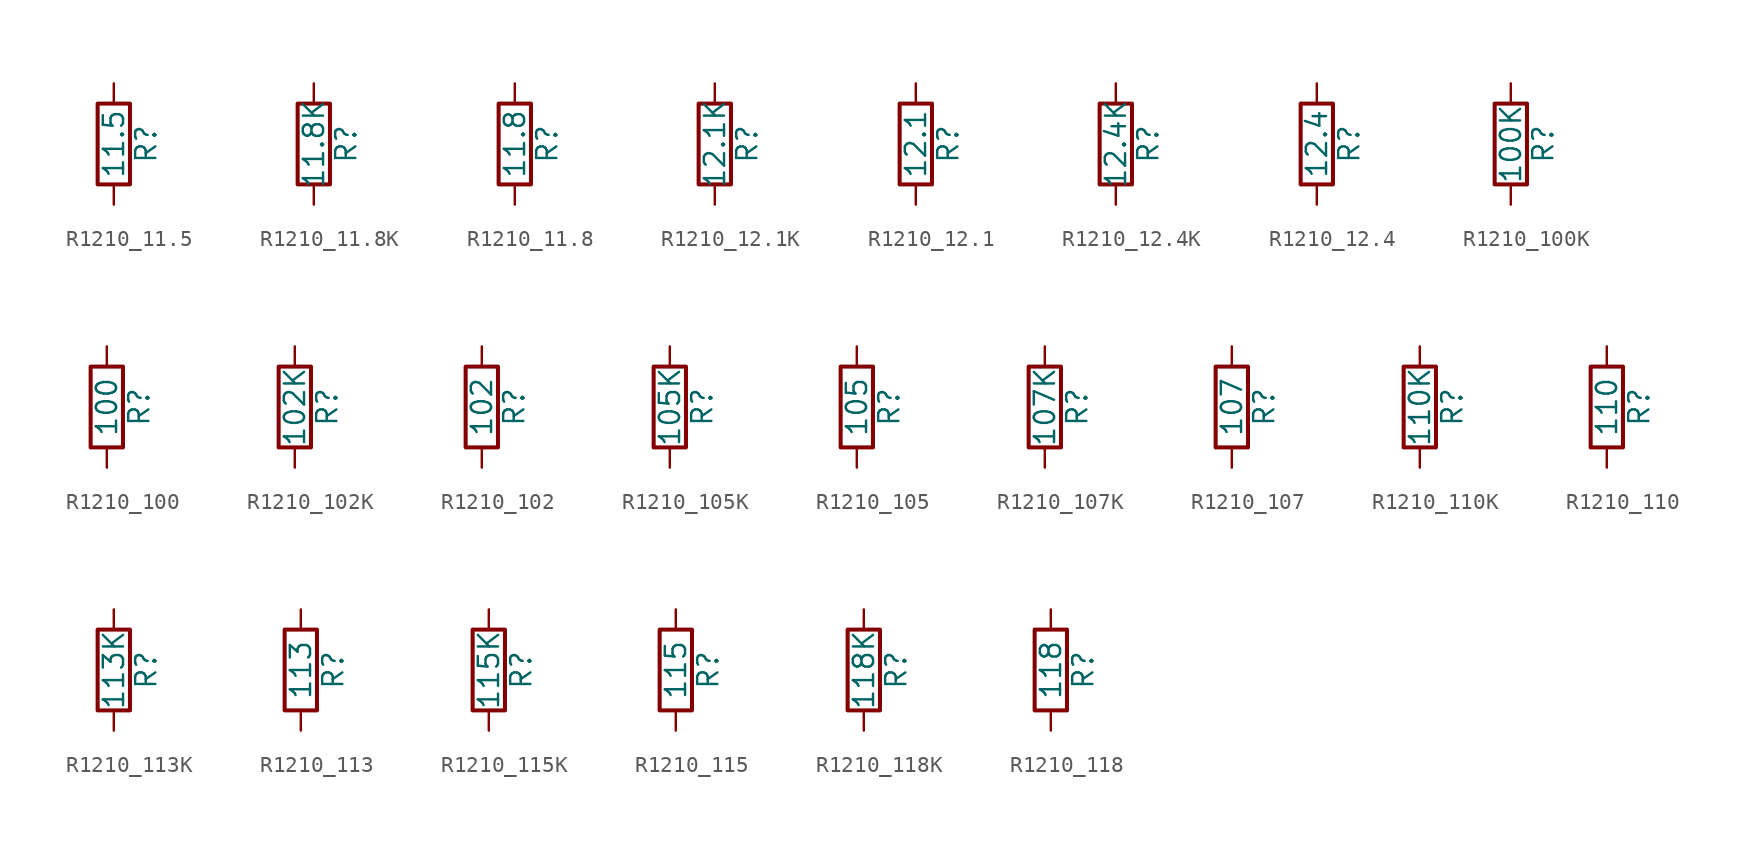
<source format=kicad_sym>
(kicad_symbol_lib
  (version 20211014)
  (generator atlantix-eda)
  (symbol "R1210_11.5"
    (pin_numbers hide)
    (pin_names
      (offset 0))
    (property "Reference" "R"
      (at 2.032 0 90)
      (effects (font (size 1.27 1.27))))
    (property "Value" "11.5"
      (at 0 0 90)
      (effects (font (size 1.27 1.27))))
    (symbol "R1210_11.5_0_1"
      (rectangle (start -1.016 -2.54) (end 1.016 2.54) (stroke (width 0.254) (type default) (color 0 0 0 0)) (fill (type none))))
    (symbol "R1210_11.5_1_1"
      (pin passive line (at 0 3.81 270) (length 1.27) (name "~" (effects (font (size 1.27 1.27)))) (number "1" (effects (font (size 1.27 1.27)))))
      (pin passive line (at 0 -3.81 90) (length 1.27) (name "~" (effects (font (size 1.27 1.27)))) (number "2" (effects (font (size 1.27 1.27)))))))
  (symbol "R1210_11.8K"
    (pin_numbers hide)
    (pin_names
      (offset 0))
    (property "Reference" "R"
      (at 2.032 0 90)
      (effects (font (size 1.27 1.27))))
    (property "Value" "11.8K"
      (at 0 0 90)
      (effects (font (size 1.27 1.27))))
    (symbol "R1210_11.8K_0_1"
      (rectangle (start -1.016 -2.54) (end 1.016 2.54) (stroke (width 0.254) (type default) (color 0 0 0 0)) (fill (type none))))
    (symbol "R1210_11.8K_1_1"
      (pin passive line (at 0 3.81 270) (length 1.27) (name "~" (effects (font (size 1.27 1.27)))) (number "1" (effects (font (size 1.27 1.27)))))
      (pin passive line (at 0 -3.81 90) (length 1.27) (name "~" (effects (font (size 1.27 1.27)))) (number "2" (effects (font (size 1.27 1.27)))))))
  (symbol "R1210_11.8"
    (pin_numbers hide)
    (pin_names
      (offset 0))
    (property "Reference" "R"
      (at 2.032 0 90)
      (effects (font (size 1.27 1.27))))
    (property "Value" "11.8"
      (at 0 0 90)
      (effects (font (size 1.27 1.27))))
    (symbol "R1210_11.8_0_1"
      (rectangle (start -1.016 -2.54) (end 1.016 2.54) (stroke (width 0.254) (type default) (color 0 0 0 0)) (fill (type none))))
    (symbol "R1210_11.8_1_1"
      (pin passive line (at 0 3.81 270) (length 1.27) (name "~" (effects (font (size 1.27 1.27)))) (number "1" (effects (font (size 1.27 1.27)))))
      (pin passive line (at 0 -3.81 90) (length 1.27) (name "~" (effects (font (size 1.27 1.27)))) (number "2" (effects (font (size 1.27 1.27)))))))
  (symbol "R1210_12.1K"
    (pin_numbers hide)
    (pin_names
      (offset 0))
    (property "Reference" "R"
      (at 2.032 0 90)
      (effects (font (size 1.27 1.27))))
    (property "Value" "12.1K"
      (at 0 0 90)
      (effects (font (size 1.27 1.27))))
    (symbol "R1210_12.1K_0_1"
      (rectangle (start -1.016 -2.54) (end 1.016 2.54) (stroke (width 0.254) (type default) (color 0 0 0 0)) (fill (type none))))
    (symbol "R1210_12.1K_1_1"
      (pin passive line (at 0 3.81 270) (length 1.27) (name "~" (effects (font (size 1.27 1.27)))) (number "1" (effects (font (size 1.27 1.27)))))
      (pin passive line (at 0 -3.81 90) (length 1.27) (name "~" (effects (font (size 1.27 1.27)))) (number "2" (effects (font (size 1.27 1.27)))))))
  (symbol "R1210_12.1"
    (pin_numbers hide)
    (pin_names
      (offset 0))
    (property "Reference" "R"
      (at 2.032 0 90)
      (effects (font (size 1.27 1.27))))
    (property "Value" "12.1"
      (at 0 0 90)
      (effects (font (size 1.27 1.27))))
    (symbol "R1210_12.1_0_1"
      (rectangle (start -1.016 -2.54) (end 1.016 2.54) (stroke (width 0.254) (type default) (color 0 0 0 0)) (fill (type none))))
    (symbol "R1210_12.1_1_1"
      (pin passive line (at 0 3.81 270) (length 1.27) (name "~" (effects (font (size 1.27 1.27)))) (number "1" (effects (font (size 1.27 1.27)))))
      (pin passive line (at 0 -3.81 90) (length 1.27) (name "~" (effects (font (size 1.27 1.27)))) (number "2" (effects (font (size 1.27 1.27)))))))
  (symbol "R1210_12.4K"
    (pin_numbers hide)
    (pin_names
      (offset 0))
    (property "Reference" "R"
      (at 2.032 0 90)
      (effects (font (size 1.27 1.27))))
    (property "Value" "12.4K"
      (at 0 0 90)
      (effects (font (size 1.27 1.27))))
    (symbol "R1210_12.4K_0_1"
      (rectangle (start -1.016 -2.54) (end 1.016 2.54) (stroke (width 0.254) (type default) (color 0 0 0 0)) (fill (type none))))
    (symbol "R1210_12.4K_1_1"
      (pin passive line (at 0 3.81 270) (length 1.27) (name "~" (effects (font (size 1.27 1.27)))) (number "1" (effects (font (size 1.27 1.27)))))
      (pin passive line (at 0 -3.81 90) (length 1.27) (name "~" (effects (font (size 1.27 1.27)))) (number "2" (effects (font (size 1.27 1.27)))))))
  (symbol "R1210_12.4"
    (pin_numbers hide)
    (pin_names
      (offset 0))
    (property "Reference" "R"
      (at 2.032 0 90)
      (effects (font (size 1.27 1.27))))
    (property "Value" "12.4"
      (at 0 0 90)
      (effects (font (size 1.27 1.27))))
    (symbol "R1210_12.4_0_1"
      (rectangle (start -1.016 -2.54) (end 1.016 2.54) (stroke (width 0.254) (type default) (color 0 0 0 0)) (fill (type none))))
    (symbol "R1210_12.4_1_1"
      (pin passive line (at 0 3.81 270) (length 1.27) (name "~" (effects (font (size 1.27 1.27)))) (number "1" (effects (font (size 1.27 1.27)))))
      (pin passive line (at 0 -3.81 90) (length 1.27) (name "~" (effects (font (size 1.27 1.27)))) (number "2" (effects (font (size 1.27 1.27)))))))
  (symbol "R1210_100K"
    (pin_numbers hide)
    (pin_names
      (offset 0))
    (property "Reference" "R"
      (at 2.032 0 90)
      (effects (font (size 1.27 1.27))))
    (property "Value" "100K"
      (at 0 0 90)
      (effects (font (size 1.27 1.27))))
    (symbol "R1210_100K_0_1"
      (rectangle (start -1.016 -2.54) (end 1.016 2.54) (stroke (width 0.254) (type default) (color 0 0 0 0)) (fill (type none))))
    (symbol "R1210_100K_1_1"
      (pin passive line (at 0 3.81 270) (length 1.27) (name "~" (effects (font (size 1.27 1.27)))) (number "1" (effects (font (size 1.27 1.27)))))
      (pin passive line (at 0 -3.81 90) (length 1.27) (name "~" (effects (font (size 1.27 1.27)))) (number "2" (effects (font (size 1.27 1.27)))))))
  (symbol "R1210_100"
    (pin_numbers hide)
    (pin_names
      (offset 0))
    (property "Reference" "R"
      (at 2.032 0 90)
      (effects (font (size 1.27 1.27))))
    (property "Value" "100"
      (at 0 0 90)
      (effects (font (size 1.27 1.27))))
    (symbol "R1210_100_0_1"
      (rectangle (start -1.016 -2.54) (end 1.016 2.54) (stroke (width 0.254) (type default) (color 0 0 0 0)) (fill (type none))))
    (symbol "R1210_100_1_1"
      (pin passive line (at 0 3.81 270) (length 1.27) (name "~" (effects (font (size 1.27 1.27)))) (number "1" (effects (font (size 1.27 1.27)))))
      (pin passive line (at 0 -3.81 90) (length 1.27) (name "~" (effects (font (size 1.27 1.27)))) (number "2" (effects (font (size 1.27 1.27)))))))
  (symbol "R1210_102K"
    (pin_numbers hide)
    (pin_names
      (offset 0))
    (property "Reference" "R"
      (at 2.032 0 90)
      (effects (font (size 1.27 1.27))))
    (property "Value" "102K"
      (at 0 0 90)
      (effects (font (size 1.27 1.27))))
    (symbol "R1210_102K_0_1"
      (rectangle (start -1.016 -2.54) (end 1.016 2.54) (stroke (width 0.254) (type default) (color 0 0 0 0)) (fill (type none))))
    (symbol "R1210_102K_1_1"
      (pin passive line (at 0 3.81 270) (length 1.27) (name "~" (effects (font (size 1.27 1.27)))) (number "1" (effects (font (size 1.27 1.27)))))
      (pin passive line (at 0 -3.81 90) (length 1.27) (name "~" (effects (font (size 1.27 1.27)))) (number "2" (effects (font (size 1.27 1.27)))))))
  (symbol "R1210_102"
    (pin_numbers hide)
    (pin_names
      (offset 0))
    (property "Reference" "R"
      (at 2.032 0 90)
      (effects (font (size 1.27 1.27))))
    (property "Value" "102"
      (at 0 0 90)
      (effects (font (size 1.27 1.27))))
    (symbol "R1210_102_0_1"
      (rectangle (start -1.016 -2.54) (end 1.016 2.54) (stroke (width 0.254) (type default) (color 0 0 0 0)) (fill (type none))))
    (symbol "R1210_102_1_1"
      (pin passive line (at 0 3.81 270) (length 1.27) (name "~" (effects (font (size 1.27 1.27)))) (number "1" (effects (font (size 1.27 1.27)))))
      (pin passive line (at 0 -3.81 90) (length 1.27) (name "~" (effects (font (size 1.27 1.27)))) (number "2" (effects (font (size 1.27 1.27)))))))
  (symbol "R1210_105K"
    (pin_numbers hide)
    (pin_names
      (offset 0))
    (property "Reference" "R"
      (at 2.032 0 90)
      (effects (font (size 1.27 1.27))))
    (property "Value" "105K"
      (at 0 0 90)
      (effects (font (size 1.27 1.27))))
    (symbol "R1210_105K_0_1"
      (rectangle (start -1.016 -2.54) (end 1.016 2.54) (stroke (width 0.254) (type default) (color 0 0 0 0)) (fill (type none))))
    (symbol "R1210_105K_1_1"
      (pin passive line (at 0 3.81 270) (length 1.27) (name "~" (effects (font (size 1.27 1.27)))) (number "1" (effects (font (size 1.27 1.27)))))
      (pin passive line (at 0 -3.81 90) (length 1.27) (name "~" (effects (font (size 1.27 1.27)))) (number "2" (effects (font (size 1.27 1.27)))))))
  (symbol "R1210_105"
    (pin_numbers hide)
    (pin_names
      (offset 0))
    (property "Reference" "R"
      (at 2.032 0 90)
      (effects (font (size 1.27 1.27))))
    (property "Value" "105"
      (at 0 0 90)
      (effects (font (size 1.27 1.27))))
    (symbol "R1210_105_0_1"
      (rectangle (start -1.016 -2.54) (end 1.016 2.54) (stroke (width 0.254) (type default) (color 0 0 0 0)) (fill (type none))))
    (symbol "R1210_105_1_1"
      (pin passive line (at 0 3.81 270) (length 1.27) (name "~" (effects (font (size 1.27 1.27)))) (number "1" (effects (font (size 1.27 1.27)))))
      (pin passive line (at 0 -3.81 90) (length 1.27) (name "~" (effects (font (size 1.27 1.27)))) (number "2" (effects (font (size 1.27 1.27)))))))
  (symbol "R1210_107K"
    (pin_numbers hide)
    (pin_names
      (offset 0))
    (property "Reference" "R"
      (at 2.032 0 90)
      (effects (font (size 1.27 1.27))))
    (property "Value" "107K"
      (at 0 0 90)
      (effects (font (size 1.27 1.27))))
    (symbol "R1210_107K_0_1"
      (rectangle (start -1.016 -2.54) (end 1.016 2.54) (stroke (width 0.254) (type default) (color 0 0 0 0)) (fill (type none))))
    (symbol "R1210_107K_1_1"
      (pin passive line (at 0 3.81 270) (length 1.27) (name "~" (effects (font (size 1.27 1.27)))) (number "1" (effects (font (size 1.27 1.27)))))
      (pin passive line (at 0 -3.81 90) (length 1.27) (name "~" (effects (font (size 1.27 1.27)))) (number "2" (effects (font (size 1.27 1.27)))))))
  (symbol "R1210_107"
    (pin_numbers hide)
    (pin_names
      (offset 0))
    (property "Reference" "R"
      (at 2.032 0 90)
      (effects (font (size 1.27 1.27))))
    (property "Value" "107"
      (at 0 0 90)
      (effects (font (size 1.27 1.27))))
    (symbol "R1210_107_0_1"
      (rectangle (start -1.016 -2.54) (end 1.016 2.54) (stroke (width 0.254) (type default) (color 0 0 0 0)) (fill (type none))))
    (symbol "R1210_107_1_1"
      (pin passive line (at 0 3.81 270) (length 1.27) (name "~" (effects (font (size 1.27 1.27)))) (number "1" (effects (font (size 1.27 1.27)))))
      (pin passive line (at 0 -3.81 90) (length 1.27) (name "~" (effects (font (size 1.27 1.27)))) (number "2" (effects (font (size 1.27 1.27)))))))
  (symbol "R1210_110K"
    (pin_numbers hide)
    (pin_names
      (offset 0))
    (property "Reference" "R"
      (at 2.032 0 90)
      (effects (font (size 1.27 1.27))))
    (property "Value" "110K"
      (at 0 0 90)
      (effects (font (size 1.27 1.27))))
    (symbol "R1210_110K_0_1"
      (rectangle (start -1.016 -2.54) (end 1.016 2.54) (stroke (width 0.254) (type default) (color 0 0 0 0)) (fill (type none))))
    (symbol "R1210_110K_1_1"
      (pin passive line (at 0 3.81 270) (length 1.27) (name "~" (effects (font (size 1.27 1.27)))) (number "1" (effects (font (size 1.27 1.27)))))
      (pin passive line (at 0 -3.81 90) (length 1.27) (name "~" (effects (font (size 1.27 1.27)))) (number "2" (effects (font (size 1.27 1.27)))))))
  (symbol "R1210_110"
    (pin_numbers hide)
    (pin_names
      (offset 0))
    (property "Reference" "R"
      (at 2.032 0 90)
      (effects (font (size 1.27 1.27))))
    (property "Value" "110"
      (at 0 0 90)
      (effects (font (size 1.27 1.27))))
    (symbol "R1210_110_0_1"
      (rectangle (start -1.016 -2.54) (end 1.016 2.54) (stroke (width 0.254) (type default) (color 0 0 0 0)) (fill (type none))))
    (symbol "R1210_110_1_1"
      (pin passive line (at 0 3.81 270) (length 1.27) (name "~" (effects (font (size 1.27 1.27)))) (number "1" (effects (font (size 1.27 1.27)))))
      (pin passive line (at 0 -3.81 90) (length 1.27) (name "~" (effects (font (size 1.27 1.27)))) (number "2" (effects (font (size 1.27 1.27)))))))
  (symbol "R1210_113K"
    (pin_numbers hide)
    (pin_names
      (offset 0))
    (property "Reference" "R"
      (at 2.032 0 90)
      (effects (font (size 1.27 1.27))))
    (property "Value" "113K"
      (at 0 0 90)
      (effects (font (size 1.27 1.27))))
    (symbol "R1210_113K_0_1"
      (rectangle (start -1.016 -2.54) (end 1.016 2.54) (stroke (width 0.254) (type default) (color 0 0 0 0)) (fill (type none))))
    (symbol "R1210_113K_1_1"
      (pin passive line (at 0 3.81 270) (length 1.27) (name "~" (effects (font (size 1.27 1.27)))) (number "1" (effects (font (size 1.27 1.27)))))
      (pin passive line (at 0 -3.81 90) (length 1.27) (name "~" (effects (font (size 1.27 1.27)))) (number "2" (effects (font (size 1.27 1.27)))))))
  (symbol "R1210_113"
    (pin_numbers hide)
    (pin_names
      (offset 0))
    (property "Reference" "R"
      (at 2.032 0 90)
      (effects (font (size 1.27 1.27))))
    (property "Value" "113"
      (at 0 0 90)
      (effects (font (size 1.27 1.27))))
    (symbol "R1210_113_0_1"
      (rectangle (start -1.016 -2.54) (end 1.016 2.54) (stroke (width 0.254) (type default) (color 0 0 0 0)) (fill (type none))))
    (symbol "R1210_113_1_1"
      (pin passive line (at 0 3.81 270) (length 1.27) (name "~" (effects (font (size 1.27 1.27)))) (number "1" (effects (font (size 1.27 1.27)))))
      (pin passive line (at 0 -3.81 90) (length 1.27) (name "~" (effects (font (size 1.27 1.27)))) (number "2" (effects (font (size 1.27 1.27)))))))
  (symbol "R1210_115K"
    (pin_numbers hide)
    (pin_names
      (offset 0))
    (property "Reference" "R"
      (at 2.032 0 90)
      (effects (font (size 1.27 1.27))))
    (property "Value" "115K"
      (at 0 0 90)
      (effects (font (size 1.27 1.27))))
    (symbol "R1210_115K_0_1"
      (rectangle (start -1.016 -2.54) (end 1.016 2.54) (stroke (width 0.254) (type default) (color 0 0 0 0)) (fill (type none))))
    (symbol "R1210_115K_1_1"
      (pin passive line (at 0 3.81 270) (length 1.27) (name "~" (effects (font (size 1.27 1.27)))) (number "1" (effects (font (size 1.27 1.27)))))
      (pin passive line (at 0 -3.81 90) (length 1.27) (name "~" (effects (font (size 1.27 1.27)))) (number "2" (effects (font (size 1.27 1.27)))))))
  (symbol "R1210_115"
    (pin_numbers hide)
    (pin_names
      (offset 0))
    (property "Reference" "R"
      (at 2.032 0 90)
      (effects (font (size 1.27 1.27))))
    (property "Value" "115"
      (at 0 0 90)
      (effects (font (size 1.27 1.27))))
    (symbol "R1210_115_0_1"
      (rectangle (start -1.016 -2.54) (end 1.016 2.54) (stroke (width 0.254) (type default) (color 0 0 0 0)) (fill (type none))))
    (symbol "R1210_115_1_1"
      (pin passive line (at 0 3.81 270) (length 1.27) (name "~" (effects (font (size 1.27 1.27)))) (number "1" (effects (font (size 1.27 1.27)))))
      (pin passive line (at 0 -3.81 90) (length 1.27) (name "~" (effects (font (size 1.27 1.27)))) (number "2" (effects (font (size 1.27 1.27)))))))
  (symbol "R1210_118K"
    (pin_numbers hide)
    (pin_names
      (offset 0))
    (property "Reference" "R"
      (at 2.032 0 90)
      (effects (font (size 1.27 1.27))))
    (property "Value" "118K"
      (at 0 0 90)
      (effects (font (size 1.27 1.27))))
    (symbol "R1210_118K_0_1"
      (rectangle (start -1.016 -2.54) (end 1.016 2.54) (stroke (width 0.254) (type default) (color 0 0 0 0)) (fill (type none))))
    (symbol "R1210_118K_1_1"
      (pin passive line (at 0 3.81 270) (length 1.27) (name "~" (effects (font (size 1.27 1.27)))) (number "1" (effects (font (size 1.27 1.27)))))
      (pin passive line (at 0 -3.81 90) (length 1.27) (name "~" (effects (font (size 1.27 1.27)))) (number "2" (effects (font (size 1.27 1.27)))))))
  (symbol "R1210_118"
    (pin_numbers hide)
    (pin_names
      (offset 0))
    (property "Reference" "R"
      (at 2.032 0 90)
      (effects (font (size 1.27 1.27))))
    (property "Value" "118"
      (at 0 0 90)
      (effects (font (size 1.27 1.27))))
    (symbol "R1210_118_0_1"
      (rectangle (start -1.016 -2.54) (end 1.016 2.54) (stroke (width 0.254) (type default) (color 0 0 0 0)) (fill (type none))))
    (symbol "R1210_118_1_1"
      (pin passive line (at 0 3.81 270) (length 1.27) (name "~" (effects (font (size 1.27 1.27)))) (number "1" (effects (font (size 1.27 1.27)))))
      (pin passive line (at 0 -3.81 90) (length 1.27) (name "~" (effects (font (size 1.27 1.27)))) (number "2" (effects (font (size 1.27 1.27))))))))
</source>
